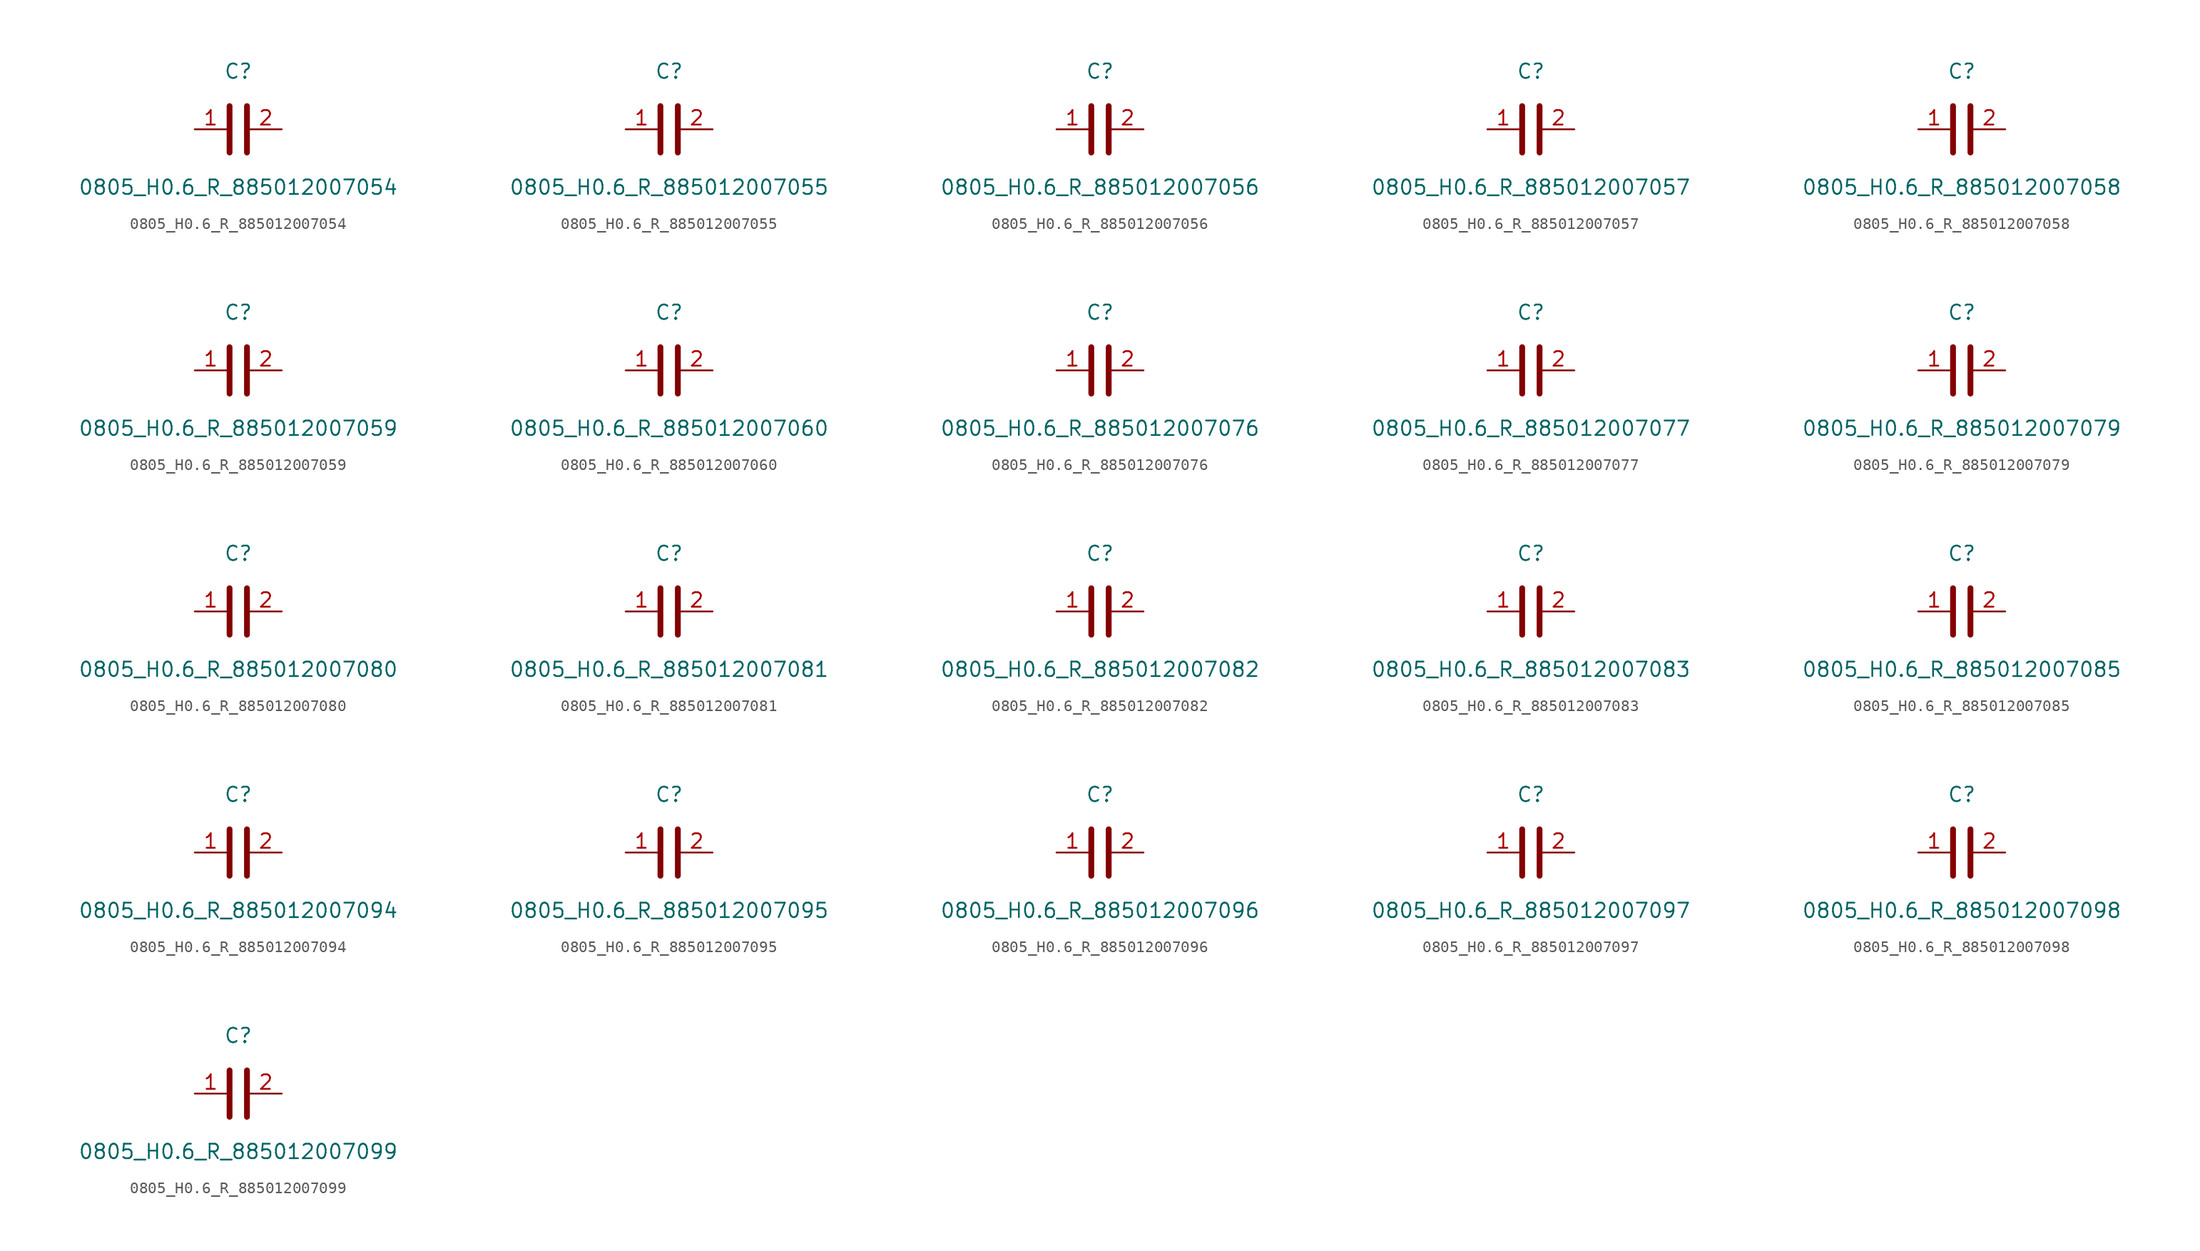
<source format=kicad_sym>
(kicad_symbol_lib
  (version 20220914)
  (generator kicad_symbol_editor)
  (symbol "0805_H0.6_R_885012007054"
    (pin_names hide)
    (property "Reference" "C"
      (at 0 5.08 0)
      (effects (font (size 1.27 1.27))))
    (property "Value" "0805_H0.6_R_885012007054"
      (at 0 -5.08 0)
      (effects (font (size 1.27 1.27))))
    (symbol "0805_H0.6_R_885012007054_0_1"
      (polyline (pts (xy -0.762 -2.032) (xy -0.762 2.032)) (stroke (width 0.508) (type default)) (fill (type none)))
      (polyline (pts (xy 0.762 -2.032) (xy 0.762 2.032)) (stroke (width 0.508) (type default)) (fill (type none))))
    (symbol "0805_H0.6_R_885012007054_1_1"
      (pin passive line (at -3.81 0 0) (length 2.794) (name "1" (effects (font (size 1.27 1.27)))) (number "1" (effects (font (size 1.27 1.27)))))
      (pin passive line (at 3.81 0 180) (length 2.794) (name "2" (effects (font (size 1.27 1.27)))) (number "2" (effects (font (size 1.27 1.27)))))))
  (symbol "0805_H0.6_R_885012007055"
    (pin_names hide)
    (property "Reference" "C"
      (at 0 5.08 0)
      (effects (font (size 1.27 1.27))))
    (property "Value" "0805_H0.6_R_885012007055"
      (at 0 -5.08 0)
      (effects (font (size 1.27 1.27))))
    (symbol "0805_H0.6_R_885012007055_0_1"
      (polyline (pts (xy -0.762 -2.032) (xy -0.762 2.032)) (stroke (width 0.508) (type default)) (fill (type none)))
      (polyline (pts (xy 0.762 -2.032) (xy 0.762 2.032)) (stroke (width 0.508) (type default)) (fill (type none))))
    (symbol "0805_H0.6_R_885012007055_1_1"
      (pin passive line (at -3.81 0 0) (length 2.794) (name "1" (effects (font (size 1.27 1.27)))) (number "1" (effects (font (size 1.27 1.27)))))
      (pin passive line (at 3.81 0 180) (length 2.794) (name "2" (effects (font (size 1.27 1.27)))) (number "2" (effects (font (size 1.27 1.27)))))))
  (symbol "0805_H0.6_R_885012007056"
    (pin_names hide)
    (property "Reference" "C"
      (at 0 5.08 0)
      (effects (font (size 1.27 1.27))))
    (property "Value" "0805_H0.6_R_885012007056"
      (at 0 -5.08 0)
      (effects (font (size 1.27 1.27))))
    (symbol "0805_H0.6_R_885012007056_0_1"
      (polyline (pts (xy -0.762 -2.032) (xy -0.762 2.032)) (stroke (width 0.508) (type default)) (fill (type none)))
      (polyline (pts (xy 0.762 -2.032) (xy 0.762 2.032)) (stroke (width 0.508) (type default)) (fill (type none))))
    (symbol "0805_H0.6_R_885012007056_1_1"
      (pin passive line (at -3.81 0 0) (length 2.794) (name "1" (effects (font (size 1.27 1.27)))) (number "1" (effects (font (size 1.27 1.27)))))
      (pin passive line (at 3.81 0 180) (length 2.794) (name "2" (effects (font (size 1.27 1.27)))) (number "2" (effects (font (size 1.27 1.27)))))))
  (symbol "0805_H0.6_R_885012007057"
    (pin_names hide)
    (property "Reference" "C"
      (at 0 5.08 0)
      (effects (font (size 1.27 1.27))))
    (property "Value" "0805_H0.6_R_885012007057"
      (at 0 -5.08 0)
      (effects (font (size 1.27 1.27))))
    (symbol "0805_H0.6_R_885012007057_0_1"
      (polyline (pts (xy -0.762 -2.032) (xy -0.762 2.032)) (stroke (width 0.508) (type default)) (fill (type none)))
      (polyline (pts (xy 0.762 -2.032) (xy 0.762 2.032)) (stroke (width 0.508) (type default)) (fill (type none))))
    (symbol "0805_H0.6_R_885012007057_1_1"
      (pin passive line (at -3.81 0 0) (length 2.794) (name "1" (effects (font (size 1.27 1.27)))) (number "1" (effects (font (size 1.27 1.27)))))
      (pin passive line (at 3.81 0 180) (length 2.794) (name "2" (effects (font (size 1.27 1.27)))) (number "2" (effects (font (size 1.27 1.27)))))))
  (symbol "0805_H0.6_R_885012007058"
    (pin_names hide)
    (property "Reference" "C"
      (at 0 5.08 0)
      (effects (font (size 1.27 1.27))))
    (property "Value" "0805_H0.6_R_885012007058"
      (at 0 -5.08 0)
      (effects (font (size 1.27 1.27))))
    (symbol "0805_H0.6_R_885012007058_0_1"
      (polyline (pts (xy -0.762 -2.032) (xy -0.762 2.032)) (stroke (width 0.508) (type default)) (fill (type none)))
      (polyline (pts (xy 0.762 -2.032) (xy 0.762 2.032)) (stroke (width 0.508) (type default)) (fill (type none))))
    (symbol "0805_H0.6_R_885012007058_1_1"
      (pin passive line (at -3.81 0 0) (length 2.794) (name "1" (effects (font (size 1.27 1.27)))) (number "1" (effects (font (size 1.27 1.27)))))
      (pin passive line (at 3.81 0 180) (length 2.794) (name "2" (effects (font (size 1.27 1.27)))) (number "2" (effects (font (size 1.27 1.27)))))))
  (symbol "0805_H0.6_R_885012007059"
    (pin_names hide)
    (property "Reference" "C"
      (at 0 5.08 0)
      (effects (font (size 1.27 1.27))))
    (property "Value" "0805_H0.6_R_885012007059"
      (at 0 -5.08 0)
      (effects (font (size 1.27 1.27))))
    (symbol "0805_H0.6_R_885012007059_0_1"
      (polyline (pts (xy -0.762 -2.032) (xy -0.762 2.032)) (stroke (width 0.508) (type default)) (fill (type none)))
      (polyline (pts (xy 0.762 -2.032) (xy 0.762 2.032)) (stroke (width 0.508) (type default)) (fill (type none))))
    (symbol "0805_H0.6_R_885012007059_1_1"
      (pin passive line (at -3.81 0 0) (length 2.794) (name "1" (effects (font (size 1.27 1.27)))) (number "1" (effects (font (size 1.27 1.27)))))
      (pin passive line (at 3.81 0 180) (length 2.794) (name "2" (effects (font (size 1.27 1.27)))) (number "2" (effects (font (size 1.27 1.27)))))))
  (symbol "0805_H0.6_R_885012007060"
    (pin_names hide)
    (property "Reference" "C"
      (at 0 5.08 0)
      (effects (font (size 1.27 1.27))))
    (property "Value" "0805_H0.6_R_885012007060"
      (at 0 -5.08 0)
      (effects (font (size 1.27 1.27))))
    (symbol "0805_H0.6_R_885012007060_0_1"
      (polyline (pts (xy -0.762 -2.032) (xy -0.762 2.032)) (stroke (width 0.508) (type default)) (fill (type none)))
      (polyline (pts (xy 0.762 -2.032) (xy 0.762 2.032)) (stroke (width 0.508) (type default)) (fill (type none))))
    (symbol "0805_H0.6_R_885012007060_1_1"
      (pin passive line (at -3.81 0 0) (length 2.794) (name "1" (effects (font (size 1.27 1.27)))) (number "1" (effects (font (size 1.27 1.27)))))
      (pin passive line (at 3.81 0 180) (length 2.794) (name "2" (effects (font (size 1.27 1.27)))) (number "2" (effects (font (size 1.27 1.27)))))))
  (symbol "0805_H0.6_R_885012007076"
    (pin_names hide)
    (property "Reference" "C"
      (at 0 5.08 0)
      (effects (font (size 1.27 1.27))))
    (property "Value" "0805_H0.6_R_885012007076"
      (at 0 -5.08 0)
      (effects (font (size 1.27 1.27))))
    (symbol "0805_H0.6_R_885012007076_0_1"
      (polyline (pts (xy -0.762 -2.032) (xy -0.762 2.032)) (stroke (width 0.508) (type default)) (fill (type none)))
      (polyline (pts (xy 0.762 -2.032) (xy 0.762 2.032)) (stroke (width 0.508) (type default)) (fill (type none))))
    (symbol "0805_H0.6_R_885012007076_1_1"
      (pin passive line (at -3.81 0 0) (length 2.794) (name "1" (effects (font (size 1.27 1.27)))) (number "1" (effects (font (size 1.27 1.27)))))
      (pin passive line (at 3.81 0 180) (length 2.794) (name "2" (effects (font (size 1.27 1.27)))) (number "2" (effects (font (size 1.27 1.27)))))))
  (symbol "0805_H0.6_R_885012007077"
    (pin_names hide)
    (property "Reference" "C"
      (at 0 5.08 0)
      (effects (font (size 1.27 1.27))))
    (property "Value" "0805_H0.6_R_885012007077"
      (at 0 -5.08 0)
      (effects (font (size 1.27 1.27))))
    (symbol "0805_H0.6_R_885012007077_0_1"
      (polyline (pts (xy -0.762 -2.032) (xy -0.762 2.032)) (stroke (width 0.508) (type default)) (fill (type none)))
      (polyline (pts (xy 0.762 -2.032) (xy 0.762 2.032)) (stroke (width 0.508) (type default)) (fill (type none))))
    (symbol "0805_H0.6_R_885012007077_1_1"
      (pin passive line (at -3.81 0 0) (length 2.794) (name "1" (effects (font (size 1.27 1.27)))) (number "1" (effects (font (size 1.27 1.27)))))
      (pin passive line (at 3.81 0 180) (length 2.794) (name "2" (effects (font (size 1.27 1.27)))) (number "2" (effects (font (size 1.27 1.27)))))))
  (symbol "0805_H0.6_R_885012007079"
    (pin_names hide)
    (property "Reference" "C"
      (at 0 5.08 0)
      (effects (font (size 1.27 1.27))))
    (property "Value" "0805_H0.6_R_885012007079"
      (at 0 -5.08 0)
      (effects (font (size 1.27 1.27))))
    (symbol "0805_H0.6_R_885012007079_0_1"
      (polyline (pts (xy -0.762 -2.032) (xy -0.762 2.032)) (stroke (width 0.508) (type default)) (fill (type none)))
      (polyline (pts (xy 0.762 -2.032) (xy 0.762 2.032)) (stroke (width 0.508) (type default)) (fill (type none))))
    (symbol "0805_H0.6_R_885012007079_1_1"
      (pin passive line (at -3.81 0 0) (length 2.794) (name "1" (effects (font (size 1.27 1.27)))) (number "1" (effects (font (size 1.27 1.27)))))
      (pin passive line (at 3.81 0 180) (length 2.794) (name "2" (effects (font (size 1.27 1.27)))) (number "2" (effects (font (size 1.27 1.27)))))))
  (symbol "0805_H0.6_R_885012007080"
    (pin_names hide)
    (property "Reference" "C"
      (at 0 5.08 0)
      (effects (font (size 1.27 1.27))))
    (property "Value" "0805_H0.6_R_885012007080"
      (at 0 -5.08 0)
      (effects (font (size 1.27 1.27))))
    (symbol "0805_H0.6_R_885012007080_0_1"
      (polyline (pts (xy -0.762 -2.032) (xy -0.762 2.032)) (stroke (width 0.508) (type default)) (fill (type none)))
      (polyline (pts (xy 0.762 -2.032) (xy 0.762 2.032)) (stroke (width 0.508) (type default)) (fill (type none))))
    (symbol "0805_H0.6_R_885012007080_1_1"
      (pin passive line (at -3.81 0 0) (length 2.794) (name "1" (effects (font (size 1.27 1.27)))) (number "1" (effects (font (size 1.27 1.27)))))
      (pin passive line (at 3.81 0 180) (length 2.794) (name "2" (effects (font (size 1.27 1.27)))) (number "2" (effects (font (size 1.27 1.27)))))))
  (symbol "0805_H0.6_R_885012007081"
    (pin_names hide)
    (property "Reference" "C"
      (at 0 5.08 0)
      (effects (font (size 1.27 1.27))))
    (property "Value" "0805_H0.6_R_885012007081"
      (at 0 -5.08 0)
      (effects (font (size 1.27 1.27))))
    (symbol "0805_H0.6_R_885012007081_0_1"
      (polyline (pts (xy -0.762 -2.032) (xy -0.762 2.032)) (stroke (width 0.508) (type default)) (fill (type none)))
      (polyline (pts (xy 0.762 -2.032) (xy 0.762 2.032)) (stroke (width 0.508) (type default)) (fill (type none))))
    (symbol "0805_H0.6_R_885012007081_1_1"
      (pin passive line (at -3.81 0 0) (length 2.794) (name "1" (effects (font (size 1.27 1.27)))) (number "1" (effects (font (size 1.27 1.27)))))
      (pin passive line (at 3.81 0 180) (length 2.794) (name "2" (effects (font (size 1.27 1.27)))) (number "2" (effects (font (size 1.27 1.27)))))))
  (symbol "0805_H0.6_R_885012007082"
    (pin_names hide)
    (property "Reference" "C"
      (at 0 5.08 0)
      (effects (font (size 1.27 1.27))))
    (property "Value" "0805_H0.6_R_885012007082"
      (at 0 -5.08 0)
      (effects (font (size 1.27 1.27))))
    (symbol "0805_H0.6_R_885012007082_0_1"
      (polyline (pts (xy -0.762 -2.032) (xy -0.762 2.032)) (stroke (width 0.508) (type default)) (fill (type none)))
      (polyline (pts (xy 0.762 -2.032) (xy 0.762 2.032)) (stroke (width 0.508) (type default)) (fill (type none))))
    (symbol "0805_H0.6_R_885012007082_1_1"
      (pin passive line (at -3.81 0 0) (length 2.794) (name "1" (effects (font (size 1.27 1.27)))) (number "1" (effects (font (size 1.27 1.27)))))
      (pin passive line (at 3.81 0 180) (length 2.794) (name "2" (effects (font (size 1.27 1.27)))) (number "2" (effects (font (size 1.27 1.27)))))))
  (symbol "0805_H0.6_R_885012007083"
    (pin_names hide)
    (property "Reference" "C"
      (at 0 5.08 0)
      (effects (font (size 1.27 1.27))))
    (property "Value" "0805_H0.6_R_885012007083"
      (at 0 -5.08 0)
      (effects (font (size 1.27 1.27))))
    (symbol "0805_H0.6_R_885012007083_0_1"
      (polyline (pts (xy -0.762 -2.032) (xy -0.762 2.032)) (stroke (width 0.508) (type default)) (fill (type none)))
      (polyline (pts (xy 0.762 -2.032) (xy 0.762 2.032)) (stroke (width 0.508) (type default)) (fill (type none))))
    (symbol "0805_H0.6_R_885012007083_1_1"
      (pin passive line (at -3.81 0 0) (length 2.794) (name "1" (effects (font (size 1.27 1.27)))) (number "1" (effects (font (size 1.27 1.27)))))
      (pin passive line (at 3.81 0 180) (length 2.794) (name "2" (effects (font (size 1.27 1.27)))) (number "2" (effects (font (size 1.27 1.27)))))))
  (symbol "0805_H0.6_R_885012007085"
    (pin_names hide)
    (property "Reference" "C"
      (at 0 5.08 0)
      (effects (font (size 1.27 1.27))))
    (property "Value" "0805_H0.6_R_885012007085"
      (at 0 -5.08 0)
      (effects (font (size 1.27 1.27))))
    (symbol "0805_H0.6_R_885012007085_0_1"
      (polyline (pts (xy -0.762 -2.032) (xy -0.762 2.032)) (stroke (width 0.508) (type default)) (fill (type none)))
      (polyline (pts (xy 0.762 -2.032) (xy 0.762 2.032)) (stroke (width 0.508) (type default)) (fill (type none))))
    (symbol "0805_H0.6_R_885012007085_1_1"
      (pin passive line (at -3.81 0 0) (length 2.794) (name "1" (effects (font (size 1.27 1.27)))) (number "1" (effects (font (size 1.27 1.27)))))
      (pin passive line (at 3.81 0 180) (length 2.794) (name "2" (effects (font (size 1.27 1.27)))) (number "2" (effects (font (size 1.27 1.27)))))))
  (symbol "0805_H0.6_R_885012007094"
    (pin_names hide)
    (property "Reference" "C"
      (at 0 5.08 0)
      (effects (font (size 1.27 1.27))))
    (property "Value" "0805_H0.6_R_885012007094"
      (at 0 -5.08 0)
      (effects (font (size 1.27 1.27))))
    (symbol "0805_H0.6_R_885012007094_0_1"
      (polyline (pts (xy -0.762 -2.032) (xy -0.762 2.032)) (stroke (width 0.508) (type default)) (fill (type none)))
      (polyline (pts (xy 0.762 -2.032) (xy 0.762 2.032)) (stroke (width 0.508) (type default)) (fill (type none))))
    (symbol "0805_H0.6_R_885012007094_1_1"
      (pin passive line (at -3.81 0 0) (length 2.794) (name "1" (effects (font (size 1.27 1.27)))) (number "1" (effects (font (size 1.27 1.27)))))
      (pin passive line (at 3.81 0 180) (length 2.794) (name "2" (effects (font (size 1.27 1.27)))) (number "2" (effects (font (size 1.27 1.27)))))))
  (symbol "0805_H0.6_R_885012007095"
    (pin_names hide)
    (property "Reference" "C"
      (at 0 5.08 0)
      (effects (font (size 1.27 1.27))))
    (property "Value" "0805_H0.6_R_885012007095"
      (at 0 -5.08 0)
      (effects (font (size 1.27 1.27))))
    (symbol "0805_H0.6_R_885012007095_0_1"
      (polyline (pts (xy -0.762 -2.032) (xy -0.762 2.032)) (stroke (width 0.508) (type default)) (fill (type none)))
      (polyline (pts (xy 0.762 -2.032) (xy 0.762 2.032)) (stroke (width 0.508) (type default)) (fill (type none))))
    (symbol "0805_H0.6_R_885012007095_1_1"
      (pin passive line (at -3.81 0 0) (length 2.794) (name "1" (effects (font (size 1.27 1.27)))) (number "1" (effects (font (size 1.27 1.27)))))
      (pin passive line (at 3.81 0 180) (length 2.794) (name "2" (effects (font (size 1.27 1.27)))) (number "2" (effects (font (size 1.27 1.27)))))))
  (symbol "0805_H0.6_R_885012007096"
    (pin_names hide)
    (property "Reference" "C"
      (at 0 5.08 0)
      (effects (font (size 1.27 1.27))))
    (property "Value" "0805_H0.6_R_885012007096"
      (at 0 -5.08 0)
      (effects (font (size 1.27 1.27))))
    (symbol "0805_H0.6_R_885012007096_0_1"
      (polyline (pts (xy -0.762 -2.032) (xy -0.762 2.032)) (stroke (width 0.508) (type default)) (fill (type none)))
      (polyline (pts (xy 0.762 -2.032) (xy 0.762 2.032)) (stroke (width 0.508) (type default)) (fill (type none))))
    (symbol "0805_H0.6_R_885012007096_1_1"
      (pin passive line (at -3.81 0 0) (length 2.794) (name "1" (effects (font (size 1.27 1.27)))) (number "1" (effects (font (size 1.27 1.27)))))
      (pin passive line (at 3.81 0 180) (length 2.794) (name "2" (effects (font (size 1.27 1.27)))) (number "2" (effects (font (size 1.27 1.27)))))))
  (symbol "0805_H0.6_R_885012007097"
    (pin_names hide)
    (property "Reference" "C"
      (at 0 5.08 0)
      (effects (font (size 1.27 1.27))))
    (property "Value" "0805_H0.6_R_885012007097"
      (at 0 -5.08 0)
      (effects (font (size 1.27 1.27))))
    (symbol "0805_H0.6_R_885012007097_0_1"
      (polyline (pts (xy -0.762 -2.032) (xy -0.762 2.032)) (stroke (width 0.508) (type default)) (fill (type none)))
      (polyline (pts (xy 0.762 -2.032) (xy 0.762 2.032)) (stroke (width 0.508) (type default)) (fill (type none))))
    (symbol "0805_H0.6_R_885012007097_1_1"
      (pin passive line (at -3.81 0 0) (length 2.794) (name "1" (effects (font (size 1.27 1.27)))) (number "1" (effects (font (size 1.27 1.27)))))
      (pin passive line (at 3.81 0 180) (length 2.794) (name "2" (effects (font (size 1.27 1.27)))) (number "2" (effects (font (size 1.27 1.27)))))))
  (symbol "0805_H0.6_R_885012007098"
    (pin_names hide)
    (property "Reference" "C"
      (at 0 5.08 0)
      (effects (font (size 1.27 1.27))))
    (property "Value" "0805_H0.6_R_885012007098"
      (at 0 -5.08 0)
      (effects (font (size 1.27 1.27))))
    (symbol "0805_H0.6_R_885012007098_0_1"
      (polyline (pts (xy -0.762 -2.032) (xy -0.762 2.032)) (stroke (width 0.508) (type default)) (fill (type none)))
      (polyline (pts (xy 0.762 -2.032) (xy 0.762 2.032)) (stroke (width 0.508) (type default)) (fill (type none))))
    (symbol "0805_H0.6_R_885012007098_1_1"
      (pin passive line (at -3.81 0 0) (length 2.794) (name "1" (effects (font (size 1.27 1.27)))) (number "1" (effects (font (size 1.27 1.27)))))
      (pin passive line (at 3.81 0 180) (length 2.794) (name "2" (effects (font (size 1.27 1.27)))) (number "2" (effects (font (size 1.27 1.27)))))))
  (symbol "0805_H0.6_R_885012007099"
    (pin_names hide)
    (property "Reference" "C"
      (at 0 5.08 0)
      (effects (font (size 1.27 1.27))))
    (property "Value" "0805_H0.6_R_885012007099"
      (at 0 -5.08 0)
      (effects (font (size 1.27 1.27))))
    (symbol "0805_H0.6_R_885012007099_0_1"
      (polyline (pts (xy -0.762 -2.032) (xy -0.762 2.032)) (stroke (width 0.508) (type default)) (fill (type none)))
      (polyline (pts (xy 0.762 -2.032) (xy 0.762 2.032)) (stroke (width 0.508) (type default)) (fill (type none))))
    (symbol "0805_H0.6_R_885012007099_1_1"
      (pin passive line (at -3.81 0 0) (length 2.794) (name "1" (effects (font (size 1.27 1.27)))) (number "1" (effects (font (size 1.27 1.27)))))
      (pin passive line (at 3.81 0 180) (length 2.794) (name "2" (effects (font (size 1.27 1.27)))) (number "2" (effects (font (size 1.27 1.27))))))))
</source>
